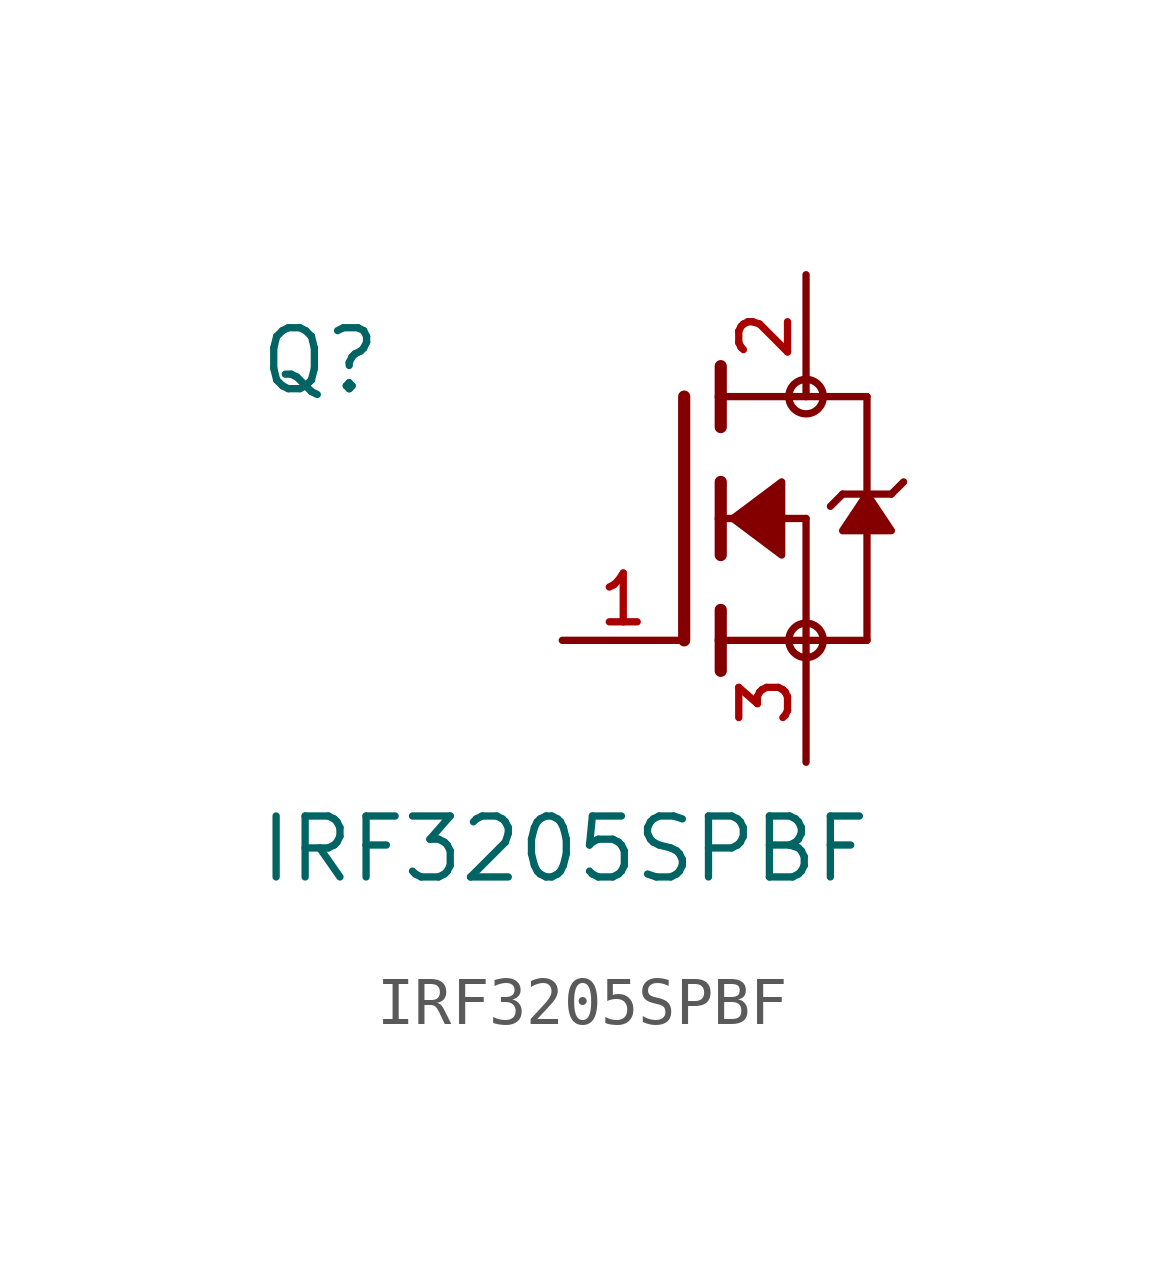
<source format=kicad_sym>
(kicad_symbol_lib
  (version 20211014)
  (generator kicad_symbol_editor)
  (symbol "IRF3205SPBF"
    (pin_names
      (offset 1.016))
    (property "Reference" "Q"
      (at -8.896 2.542 0)
      (effects (font (size 1.27 1.27)) (justify bottom left)))
    (property "Value" "IRF3205SPBF"
      (at -8.907 -7.634 0)
      (effects (font (size 1.27 1.27)) (justify bottom left)))
    (symbol "IRF3205SPBF_0_0"
      (polyline (pts (xy 0.762 0.762) (xy 0.762 0.0)) (stroke (width 0.254)))
      (polyline (pts (xy 0.762 0.0) (xy 0.762 -0.762)) (stroke (width 0.254)))
      (polyline (pts (xy 0.762 3.175) (xy 0.762 2.54)) (stroke (width 0.254)))
      (polyline (pts (xy 0.762 2.54) (xy 0.762 1.905)) (stroke (width 0.254)))
      (polyline (pts (xy 0.762 0.0) (xy 2.54 0.0)) (stroke (width 0.152)))
      (polyline (pts (xy 2.54 0.0) (xy 2.54 -2.54)) (stroke (width 0.152)))
      (polyline (pts (xy 0.762 -1.905) (xy 0.762 -2.54)) (stroke (width 0.254)))
      (polyline (pts (xy 0.762 -2.54) (xy 0.762 -3.175)) (stroke (width 0.254)))
      (polyline (pts (xy 0.0 2.54) (xy 0.0 -2.54)) (stroke (width 0.254)))
      (polyline (pts (xy 2.54 -2.54) (xy 0.762 -2.54)) (stroke (width 0.152)))
      (polyline (pts (xy 3.81 2.54) (xy 3.81 0.508)) (stroke (width 0.152)))
      (polyline (pts (xy 3.81 0.508) (xy 3.81 -2.54)) (stroke (width 0.152)))
      (polyline (pts (xy 2.54 -2.54) (xy 3.81 -2.54)) (stroke (width 0.152)))
      (polyline (pts (xy 0.762 2.54) (xy 3.81 2.54)) (stroke (width 0.152)))
      (polyline (pts (xy 4.572 0.762) (xy 4.318 0.508)) (stroke (width 0.152)))
      (polyline (pts (xy 4.318 0.508) (xy 3.81 0.508)) (stroke (width 0.152)))
      (polyline (pts (xy 3.81 0.508) (xy 3.302 0.508)) (stroke (width 0.152)))
      (polyline (pts (xy 3.302 0.508) (xy 3.048 0.254)) (stroke (width 0.152)))
      (circle (center 2.54 -2.54) (radius 0.359) (stroke (width 0.0)) (fill (type none)))
      (circle (center 2.54 2.54) (radius 0.359) (stroke (width 0.0)) (fill (type none)))
      (polyline (pts (xy 3.81 0.508) (xy 3.302 -0.254) (xy 4.318 -0.254) (xy 3.81 0.508)) (stroke (width 0.152)) (fill (type outline)))
      (polyline (pts (xy 1.016 0.0) (xy 2.032 0.762) (xy 2.032 -0.762) (xy 1.016 0.0)) (stroke (width 0.152)) (fill (type outline)))
      (pin passive line (at 2.54 -5.08 90.0) (length 2.54) (name "~" (effects (font (size 1.016 1.016)))) (number "3" (effects (font (size 1.016 1.016)))))
      (pin passive line (at -2.54 -2.54 0) (length 2.54) (name "~" (effects (font (size 1.016 1.016)))) (number "1" (effects (font (size 1.016 1.016)))))
      (pin passive line (at 2.54 5.08 270.0) (length 2.54) (name "~" (effects (font (size 1.016 1.016)))) (number "2" (effects (font (size 1.016 1.016))))))))
</source>
